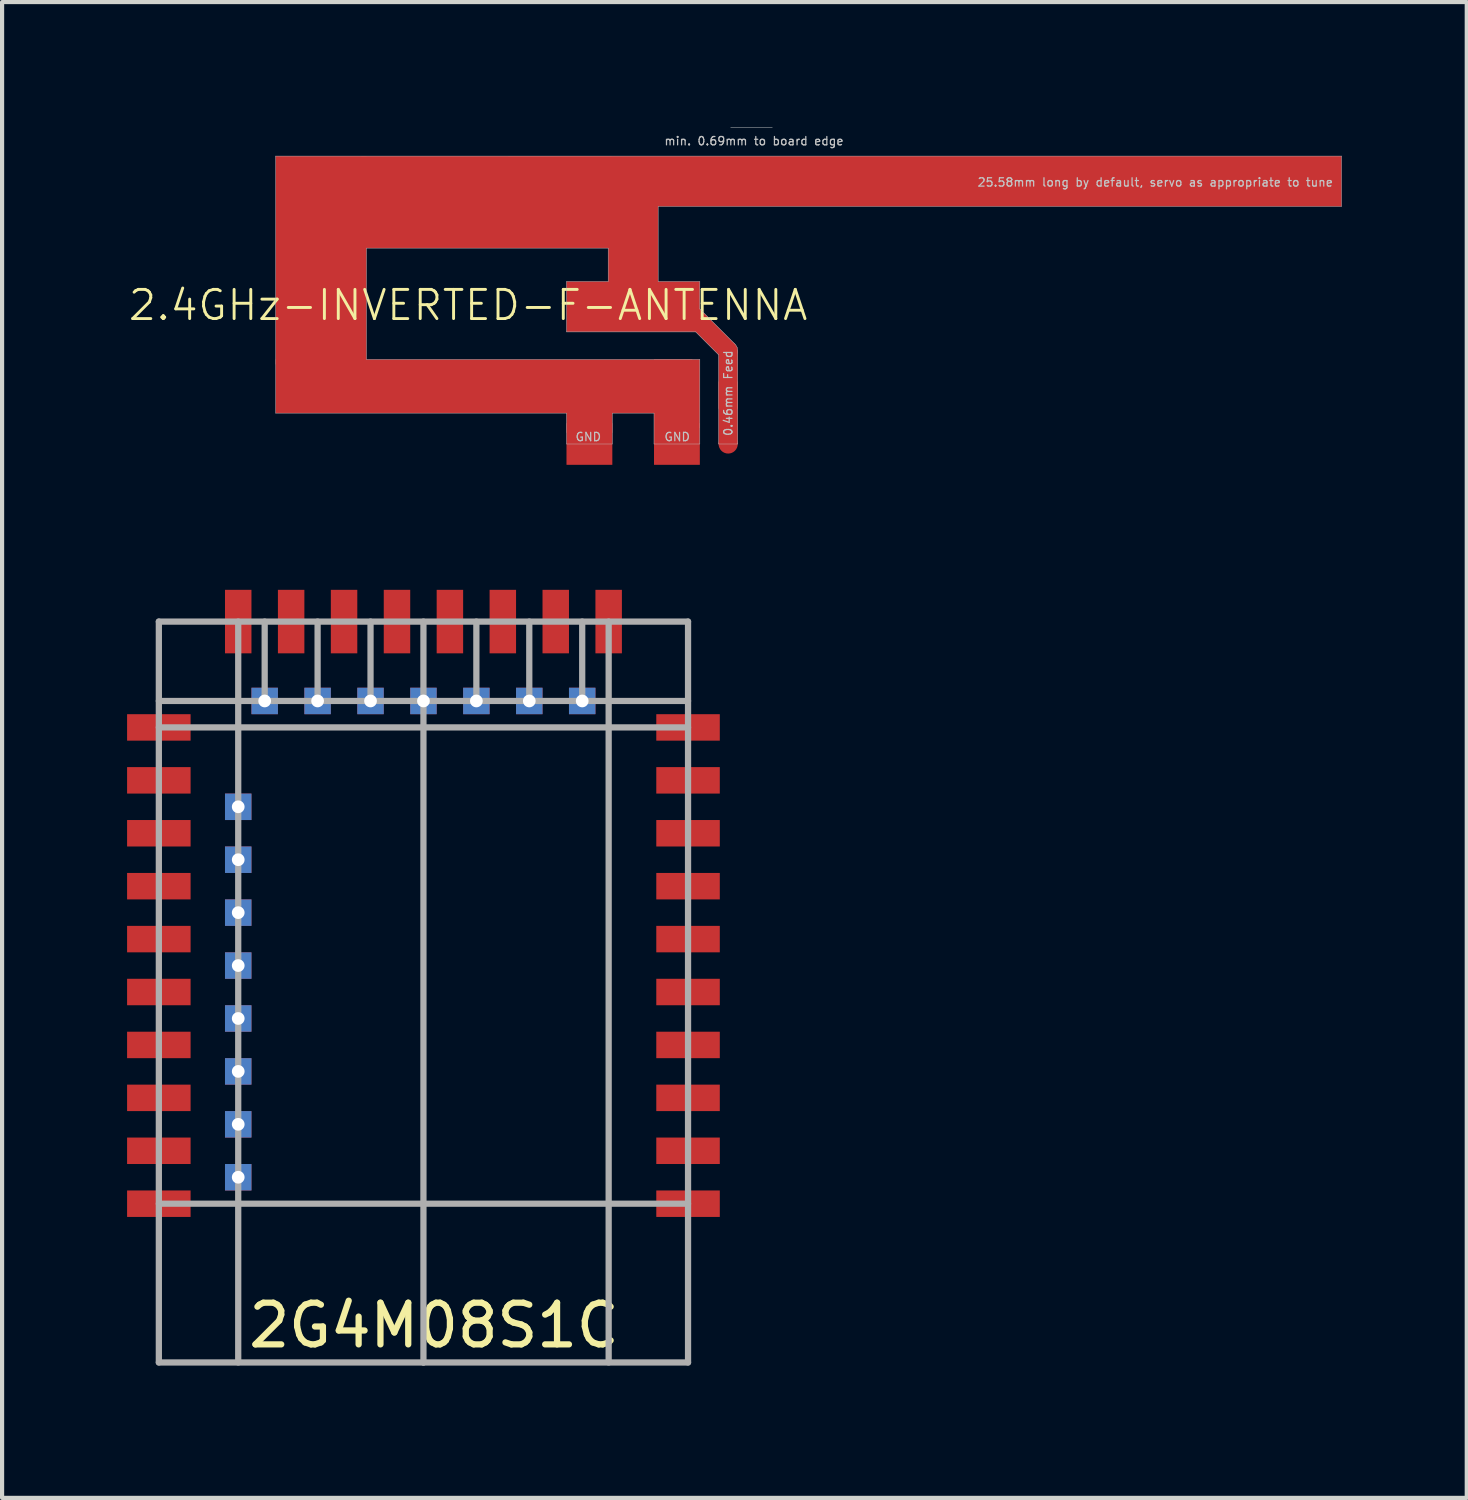
<source format=kicad_pcb>
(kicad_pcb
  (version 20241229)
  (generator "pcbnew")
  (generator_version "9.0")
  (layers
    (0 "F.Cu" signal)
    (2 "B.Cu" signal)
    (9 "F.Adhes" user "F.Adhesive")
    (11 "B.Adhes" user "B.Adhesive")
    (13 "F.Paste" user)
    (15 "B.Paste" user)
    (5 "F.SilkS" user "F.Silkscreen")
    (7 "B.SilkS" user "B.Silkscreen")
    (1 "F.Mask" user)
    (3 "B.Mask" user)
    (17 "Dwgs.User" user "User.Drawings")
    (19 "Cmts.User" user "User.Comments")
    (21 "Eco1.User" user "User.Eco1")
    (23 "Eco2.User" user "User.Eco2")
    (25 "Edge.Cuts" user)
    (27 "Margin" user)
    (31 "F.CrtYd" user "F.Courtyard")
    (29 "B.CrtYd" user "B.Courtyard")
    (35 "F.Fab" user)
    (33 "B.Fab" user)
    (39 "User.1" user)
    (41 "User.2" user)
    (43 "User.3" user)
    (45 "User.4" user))
  (footprint "2.4GHz-INVERTED-F-ANTENNA"
    (layer "F.Cu")
    (at 14.425 7.605)
    (property "Reference" "2.4GHz-INVERTED-F-ANTENNA" (at -6.24 -3.33 0) (layer "F.SilkS") (effects (font (size 0.7 0.7) (thickness 0.07))))
    (attr through_hole)
    (fp_line (start -10.86 -6.91) (end -10.86 -0.74) (stroke (width 0.01) (type solid)) (layer "Dwgs.User"))
    (fp_line (start -10.86 -0.74) (end -3.88 -0.74) (stroke (width 0.01) (type solid)) (layer "Dwgs.User"))
    (fp_line (start -8.68 -4.7) (end -2.88 -4.7) (stroke (width 0.01) (type solid)) (layer "Dwgs.User"))
    (fp_line (start -8.68 -2.03) (end -8.68 -4.7) (stroke (width 0.01) (type solid)) (layer "Dwgs.User"))
    (fp_line (start -3.88 -3.9) (end -3.88 -2.69) (stroke (width 0.01) (type solid)) (layer "Dwgs.User"))
    (fp_line (start -3.88 -2.69) (end -0.78 -2.69) (stroke (width 0.01) (type solid)) (layer "Dwgs.User"))
    (fp_line (start -3.88 -0.74) (end -3.88 0) (stroke (width 0.01) (type solid)) (layer "Dwgs.User"))
    (fp_line (start -3.88 0) (end -2.78 0) (stroke (width 0.01) (type solid)) (layer "Dwgs.User"))
    (fp_line (start -2.88 -4.7) (end -2.88 -3.9) (stroke (width 0.01) (type solid)) (layer "Dwgs.User"))
    (fp_line (start -2.88 -3.9) (end -3.88 -3.9) (stroke (width 0.01) (type solid)) (layer "Dwgs.User"))
    (fp_line (start -2.78 -0.74) (end -2.78 0) (stroke (width 0.01) (type solid)) (layer "Dwgs.User"))
    (fp_line (start -2.78 -0.74) (end -1.78 -0.74) (stroke (width 0.01) (type solid)) (layer "Dwgs.User"))
    (fp_line (start -1.78 -0.74) (end -1.78 0) (stroke (width 0.01) (type solid)) (layer "Dwgs.User"))
    (fp_line (start -1.78 0) (end -0.68 0) (stroke (width 0.01) (type solid)) (layer "Dwgs.User"))
    (fp_line (start -1.68 -5.7) (end 14.72 -5.7) (stroke (width 0.01) (type solid)) (layer "Dwgs.User"))
    (fp_line (start -1.68 -3.9) (end -1.68 -5.7) (stroke (width 0.01) (type solid)) (layer "Dwgs.User"))
    (fp_line (start -0.78 -2.69) (end -0.23 -2.14) (stroke (width 0.01) (type solid)) (layer "Dwgs.User"))
    (fp_line (start -0.68 -3.9) (end -1.68 -3.9) (stroke (width 0.01) (type solid)) (layer "Dwgs.User"))
    (fp_line (start -0.68 -3.24) (end -0.68 -3.9) (stroke (width 0.01) (type solid)) (layer "Dwgs.User"))
    (fp_line (start -0.68 -2.03) (end -8.68 -2.03) (stroke (width 0.01) (type solid)) (layer "Dwgs.User"))
    (fp_line (start -0.68 0) (end -0.68 -2.03) (stroke (width 0.01) (type solid)) (layer "Dwgs.User"))
    (fp_line (start -0.23 0) (end -0.23 -2.14) (stroke (width 0.01) (type solid)) (layer "Dwgs.User"))
    (fp_line (start 0.18 -2.38) (end -0.68 -3.24) (stroke (width 0.01) (type solid)) (layer "Dwgs.User"))
    (fp_line (start 0.22 -2.31) (end 0.18 -2.38) (stroke (width 0.01) (type solid)) (layer "Dwgs.User"))
    (fp_line (start 0.23 -2.24) (end 0.22 -2.31) (stroke (width 0.01) (type solid)) (layer "Dwgs.User"))
    (fp_line (start 0.23 0) (end -0.23 0) (stroke (width 0.01) (type solid)) (layer "Dwgs.User"))
    (fp_line (start 0.23 0) (end 0.23 -2.24) (stroke (width 0.01) (type solid)) (layer "Dwgs.User"))
    (fp_line (start 1.06 -7.6) (end 0.06 -7.6) (stroke (width 0.01) (type solid)) (layer "Dwgs.User"))
    (fp_line (start 14.72 -6.91) (end -10.86 -6.91) (stroke (width 0.01) (type solid)) (layer "Dwgs.User"))
    (fp_line (start 14.72 -5.7) (end 14.72 -6.91) (stroke (width 0.01) (type solid)) (layer "Dwgs.User"))
    (fp_text user "0.46mm Feed" (at 0 -1.22 90) (layer "Dwgs.User") (effects (font (size 0.2 0.2) (thickness 0.03))))
    (fp_text user "min. 0.69mm to board edge" (at 0.62 -7.27 0) (layer "Dwgs.User") (effects (font (size 0.2 0.2) (thickness 0.03))))
    (fp_text user "GND          GND" (at -2.29 -0.17 0) (layer "Dwgs.User") (effects (font (size 0.2 0.2) (thickness 0.03))))
    (fp_text user "25.58mm long by default, servo as appropriate to tune" (at 10.25 -6.28 0) (layer "Dwgs.User") (effects (font (size 0.2 0.2) (thickness 0.03))))
    (pad "1" smd rect (at -9.77 -4.41) (size 2.18 5) (layers "F.Cu"))
    (pad "1" smd rect (at -5.86 -1.385) (size 10 1.29) (layers "F.Cu"))
    (pad "1" smd rect (at -5.8 -5.805) (size 6 2.21) (layers "F.Cu"))
    (pad "1" smd rect (at -3.33 -1.03) (size 1.1 1.524) (layers "F.Cu"))
    (pad "1" smd rect (at -2.28 -4.52) (size 1.2 3) (layers "F.Cu"))
    (pad "1" smd rect (at -2.28 -3.295) (size 3.2 1.21) (layers "F.Cu"))
    (pad "1" smd rect (at -1.23 -1.205) (size 1.1 1.651) (layers "F.Cu"))
    (pad "1" smd rect (at -0.495 -2.73 45) (size 0.46 1.4) (layers "F.Cu"))
    (pad "1" smd circle (at 0 -2.235) (size 0.46 0.46) (layers "F.Cu"))
    (pad "1" smd rect (at 0 -1.54) (size 0.46 1.39) (layers "F.Cu"))
    (pad "1" smd rect (at 0 -0.75) (size 0.46 1.5) (layers "F.Cu"))
    (pad "1" smd circle (at 0 0) (size 0.46 0.46) (layers "F.Cu" "F.Mask"))
    (pad "1" smd rect (at 4.72 -6.305) (size 20 1.21) (layers "F.Cu"))
    (pad "2" smd rect (at -3.33 0) (size 1.1 1) (layers "F.Cu"))
    (pad "2" smd rect (at -1.23 0) (size 1.1 1) (layers "F.Cu")))
  (footprint "2G4M08S1C"
    (layer "F.Cu")
    (at 7.112 29.647)
    (property "Reference" "2G4M08S1C" (at 0.254 -0.889 0) (layer "F.SilkS") (effects (font (size 1 1) (thickness 0.15))))
    (attr through_hole)
    (fp_line (start -6.35 -17.78) (end 6.35 -17.78) (stroke (width 0.15) (type solid)) (layer "F.Fab"))
    (fp_line (start -6.35 -15.875) (end 6.35 -15.875) (stroke (width 0.15) (type solid)) (layer "F.Fab"))
    (fp_line (start -6.35 -15.24) (end 6.35 -15.24) (stroke (width 0.15) (type solid)) (layer "F.Fab"))
    (fp_line (start -6.35 0) (end -6.35 -17.78) (stroke (width 0.15) (type solid)) (layer "F.Fab"))
    (fp_line (start -4.445 0) (end -4.445 -17.78) (stroke (width 0.15) (type solid)) (layer "F.Fab"))
    (fp_line (start -3.81 -17.78) (end -3.81 -15.875) (stroke (width 0.15) (type solid)) (layer "F.Fab"))
    (fp_line (start -2.54 -17.78) (end -2.54 -15.875) (stroke (width 0.15) (type solid)) (layer "F.Fab"))
    (fp_line (start -1.27 -17.78) (end -1.27 -15.875) (stroke (width 0.15) (type solid)) (layer "F.Fab"))
    (fp_line (start 0 -17.78) (end 0 0) (stroke (width 0.15) (type solid)) (layer "F.Fab"))
    (fp_line (start 0 0) (end -6.35 0) (stroke (width 0.15) (type solid)) (layer "F.Fab"))
    (fp_line (start 1.27 -17.78) (end 1.27 -15.875) (stroke (width 0.15) (type solid)) (layer "F.Fab"))
    (fp_line (start 2.54 -17.78) (end 2.54 -15.875) (stroke (width 0.15) (type solid)) (layer "F.Fab"))
    (fp_line (start 3.81 -17.78) (end 3.81 -15.875) (stroke (width 0.15) (type solid)) (layer "F.Fab"))
    (fp_line (start 4.445 0) (end 4.445 -17.78) (stroke (width 0.15) (type solid)) (layer "F.Fab"))
    (fp_line (start 6.35 -17.78) (end 6.35 0) (stroke (width 0.15) (type solid)) (layer "F.Fab"))
    (fp_line (start 6.35 -3.81) (end -6.35 -3.81) (stroke (width 0.15) (type solid)) (layer "F.Fab"))
    (fp_line (start 6.35 0) (end 0 0) (stroke (width 0.15) (type solid)) (layer "F.Fab"))
    (pad "1" smd rect (at 6.35 -3.81) (size 1.524 0.635) (layers "F.Cu" "F.Mask" "F.Paste"))
    (pad "2" smd rect (at 6.35 -5.08) (size 1.524 0.635) (layers "F.Cu" "F.Mask" "F.Paste"))
    (pad "3" smd rect (at 6.35 -6.35) (size 1.524 0.635) (layers "F.Cu" "F.Mask" "F.Paste"))
    (pad "4" smd rect (at 6.35 -7.62) (size 1.524 0.635) (layers "F.Cu" "F.Mask" "F.Paste"))
    (pad "5" smd rect (at 6.35 -8.89) (size 1.524 0.635) (layers "F.Cu" "F.Mask" "F.Paste"))
    (pad "6" smd rect (at 6.35 -10.16) (size 1.524 0.635) (layers "F.Cu" "F.Mask" "F.Paste"))
    (pad "7" smd rect (at 6.35 -11.43) (size 1.524 0.635) (layers "F.Cu" "F.Mask" "F.Paste"))
    (pad "8" smd rect (at 6.35 -12.7) (size 1.524 0.635) (layers "F.Cu" "F.Mask" "F.Paste"))
    (pad "9" smd rect (at 6.35 -13.97 180) (size 1.524 0.635) (layers "F.Cu" "F.Mask" "F.Paste"))
    (pad "10" smd rect (at 6.35 -15.24) (size 1.524 0.635) (layers "F.Cu" "F.Mask" "F.Paste"))
    (pad "11" smd rect (at 4.445 -17.78 90) (size 1.524 0.635) (layers "F.Cu" "F.Mask" "F.Paste"))
    (pad "12" thru_hole rect (at 3.81 -15.875 270) (size 0.635 0.635) (drill 0.305) (layers "*.Cu" "*.Mask"))
    (pad "13" smd rect (at 3.175 -17.78 90) (size 1.524 0.635) (layers "F.Cu" "F.Mask" "F.Paste"))
    (pad "14" thru_hole rect (at 2.54 -15.875 270) (size 0.635 0.635) (drill 0.305) (layers "*.Cu" "*.Mask"))
    (pad "15" smd rect (at 1.905 -17.78 90) (size 1.524 0.635) (layers "F.Cu" "F.Mask" "F.Paste"))
    (pad "16" thru_hole rect (at 1.27 -15.875 270) (size 0.635 0.635) (drill 0.305) (layers "*.Cu" "*.Mask"))
    (pad "17" smd rect (at 0.635 -17.78 90) (size 1.524 0.635) (layers "F.Cu" "F.Mask" "F.Paste"))
    (pad "18" thru_hole rect (at 0 -15.875 270) (size 0.635 0.635) (drill 0.305) (layers "*.Cu" "*.Mask"))
    (pad "19" smd rect (at -0.635 -17.78 90) (size 1.524 0.635) (layers "F.Cu" "F.Mask" "F.Paste"))
    (pad "20" thru_hole rect (at -1.27 -15.875 270) (size 0.635 0.635) (drill 0.305) (layers "*.Cu" "*.Mask"))
    (pad "21" smd rect (at -1.905 -17.78 90) (size 1.524 0.635) (layers "F.Cu" "F.Mask" "F.Paste"))
    (pad "22" thru_hole rect (at -2.54 -15.875 270) (size 0.635 0.635) (drill 0.305) (layers "*.Cu" "*.Mask"))
    (pad "23" smd rect (at -3.175 -17.78 90) (size 1.524 0.635) (layers "F.Cu" "F.Mask" "F.Paste"))
    (pad "24" thru_hole rect (at -3.81 -15.875 270) (size 0.635 0.635) (drill 0.305) (layers "*.Cu" "*.Mask"))
    (pad "25" smd rect (at -4.445 -17.78 90) (size 1.524 0.635) (layers "F.Cu" "F.Mask" "F.Paste"))
    (pad "26" smd rect (at -6.35 -15.24) (size 1.524 0.635) (layers "F.Cu" "F.Mask" "F.Paste"))
    (pad "27" smd rect (at -6.35 -13.97) (size 1.524 0.635) (layers "F.Cu" "F.Mask" "F.Paste"))
    (pad "28" thru_hole rect (at -4.445 -13.335) (size 0.635 0.635) (drill 0.305) (layers "*.Cu" "*.Mask"))
    (pad "29" smd rect (at -6.35 -12.7) (size 1.524 0.635) (layers "F.Cu" "F.Mask" "F.Paste"))
    (pad "30" thru_hole rect (at -4.445 -12.065) (size 0.635 0.635) (drill 0.305) (layers "*.Cu" "*.Mask"))
    (pad "31" smd rect (at -6.35 -11.43) (size 1.524 0.635) (layers "F.Cu" "F.Mask" "F.Paste"))
    (pad "32" thru_hole rect (at -4.445 -10.795) (size 0.635 0.635) (drill 0.305) (layers "*.Cu" "*.Mask"))
    (pad "33" smd rect (at -6.35 -10.16) (size 1.524 0.635) (layers "F.Cu" "F.Mask" "F.Paste"))
    (pad "34" thru_hole rect (at -4.445 -9.525) (size 0.635 0.635) (drill 0.305) (layers "*.Cu" "*.Mask"))
    (pad "35" smd rect (at -6.35 -8.89) (size 1.524 0.635) (layers "F.Cu" "F.Mask" "F.Paste"))
    (pad "36" thru_hole rect (at -4.445 -8.255) (size 0.635 0.635) (drill 0.305) (layers "*.Cu" "*.Mask"))
    (pad "37" smd rect (at -6.35 -7.62) (size 1.524 0.635) (layers "F.Cu" "F.Mask" "F.Paste"))
    (pad "38" thru_hole rect (at -4.445 -6.985) (size 0.635 0.635) (drill 0.305) (layers "*.Cu" "*.Mask"))
    (pad "39" smd rect (at -6.35 -6.35) (size 1.524 0.635) (layers "F.Cu" "F.Mask" "F.Paste"))
    (pad "40" thru_hole rect (at -4.445 -5.715) (size 0.635 0.635) (drill 0.305) (layers "*.Cu" "*.Mask"))
    (pad "41" smd rect (at -6.35 -5.08) (size 1.524 0.635) (layers "F.Cu" "F.Mask" "F.Paste"))
    (pad "42" thru_hole rect (at -4.445 -4.445) (size 0.635 0.635) (drill 0.305) (layers "*.Cu" "*.Mask"))
    (pad "43" smd rect (at -6.35 -3.81) (size 1.524 0.635) (layers "F.Cu" "F.Mask" "F.Paste")))
  (gr_rect
    (start -3 -3)
    (end 32.15 32.897)
    (stroke (width 0.1) (type default))
    (fill no)
    (layer "Edge.Cuts")))
</source>
